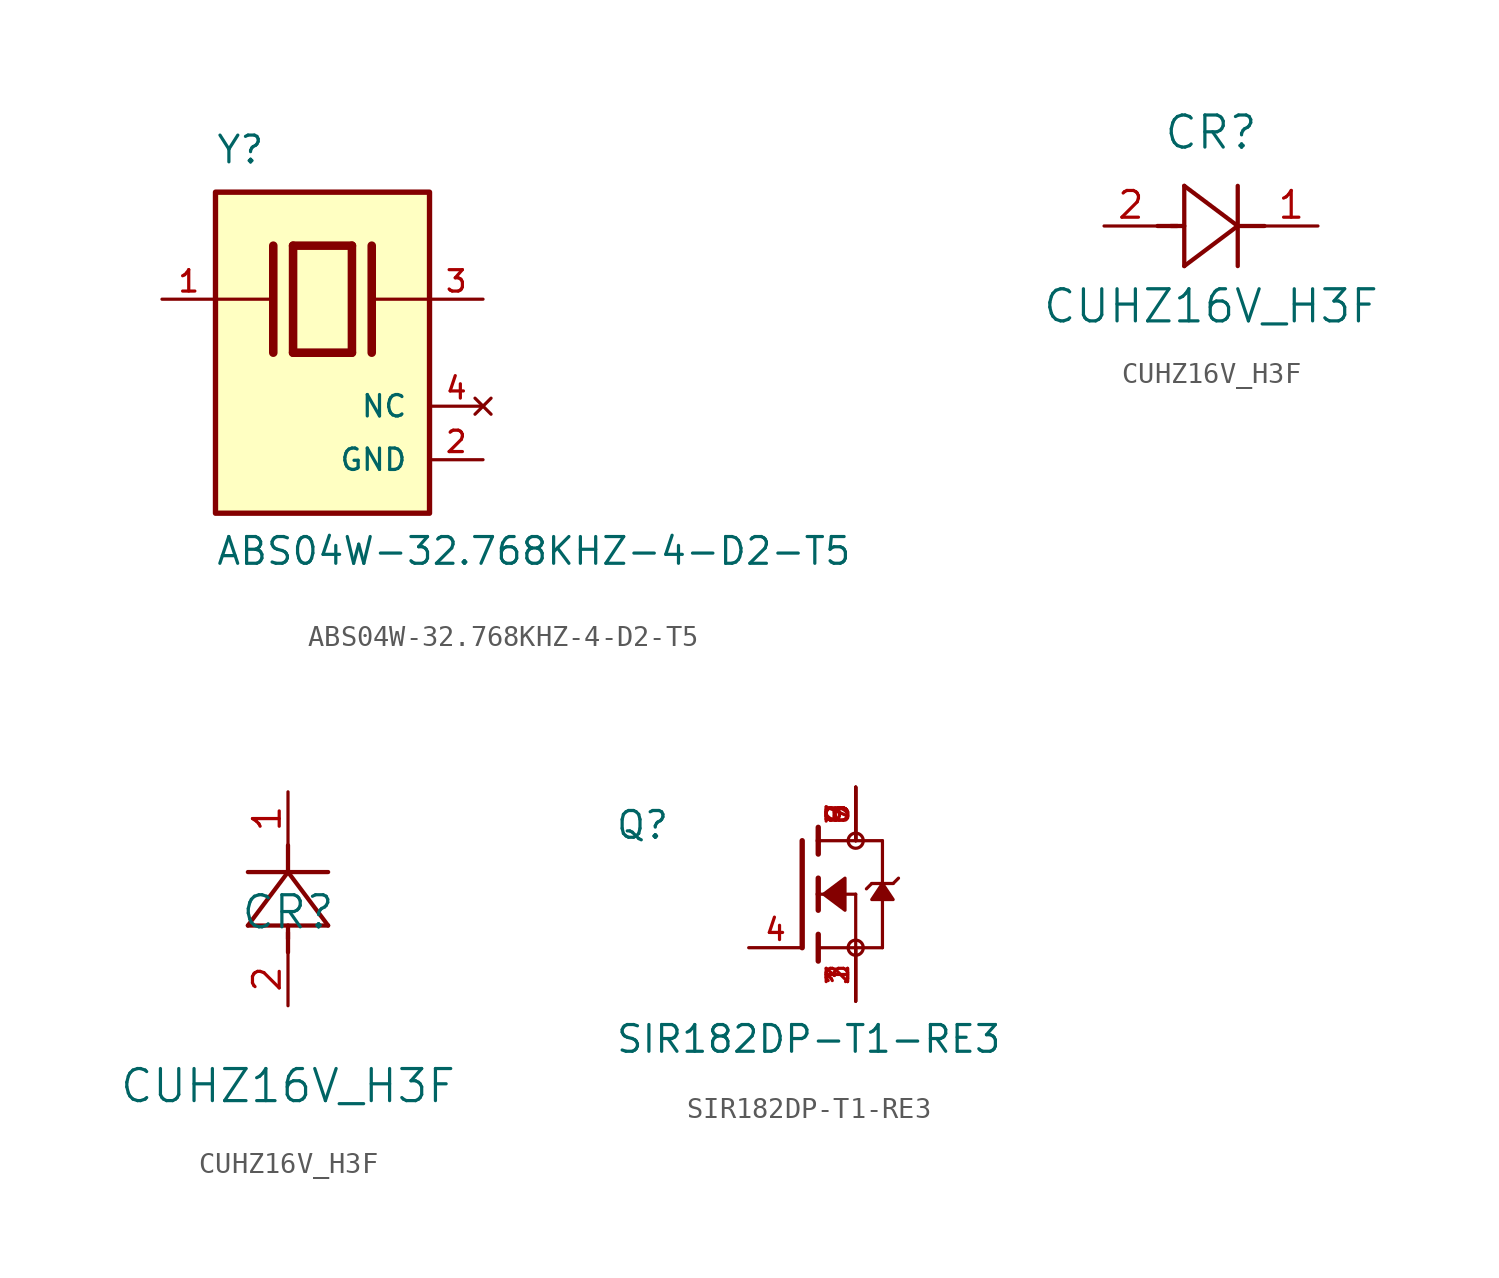
<source format=kicad_sym>
(kicad_symbol_lib
  (version 20241209)
  (generator "kicad_symbol_editor")
  (generator_version "9.0")
  (symbol "ABS04W-32.768KHZ-4-D2-T5"
    (pin_names
      (offset 1.016))
    (property "Reference" "Y"
      (at -5.088 8.896 0)
      (effects (font (size 1.27 1.27)) (justify left bottom)))
    (property "Value" "ABS04W-32.768KHZ-4-D2-T5"
      (at -5.094 -10.16 0)
      (effects (font (size 1.27 1.27)) (justify left bottom)))
    (symbol "ABS04W-32.768KHZ-4-D2-T5_0_0"
      (polyline (pts (xy -5.08 2.54) (xy -2.54 2.54)) (stroke (width 0.152) (type default)) (fill (type none)))
      (rectangle (start -5.08 -7.62) (end 5.08 7.62) (stroke (width 0.254) (type default)) (fill (type background)))
      (polyline (pts (xy -2.337 5.08) (xy -2.337 0)) (stroke (width 0.406) (type default)) (fill (type none)))
      (polyline (pts (xy -1.397 5.08) (xy -1.397 0)) (stroke (width 0.406) (type default)) (fill (type none)))
      (polyline (pts (xy -1.397 5.08) (xy 1.397 5.08)) (stroke (width 0.406) (type default)) (fill (type none)))
      (polyline (pts (xy 1.397 5.08) (xy 1.397 0)) (stroke (width 0.406) (type default)) (fill (type none)))
      (polyline (pts (xy 1.397 0) (xy -1.397 0)) (stroke (width 0.406) (type default)) (fill (type none)))
      (polyline (pts (xy 2.337 5.08) (xy 2.337 0)) (stroke (width 0.406) (type default)) (fill (type none)))
      (polyline (pts (xy 2.54 2.54) (xy 5.08 2.54)) (stroke (width 0.152) (type default)) (fill (type none)))
      (pin passive line (at -7.62 2.54 0) (length 2.54) (name "~" (effects (font (size 1.016 1.016)))) (number "1" (effects (font (size 1.016 1.016)))))
      (pin passive line (at 7.62 2.54 180) (length 2.54) (name "~" (effects (font (size 1.016 1.016)))) (number "3" (effects (font (size 1.016 1.016)))))
      (pin no_connect line (at 7.62 -2.54 180) (length 2.54) (name "NC" (effects (font (size 1.016 1.016)))) (number "4" (effects (font (size 1.016 1.016)))))
      (pin power_in line (at 7.62 -5.08 180) (length 2.54) (name "GND" (effects (font (size 1.016 1.016)))) (number "2" (effects (font (size 1.016 1.016)))))))
  (symbol "CUHZ16V_H3F"
    (pin_names
      (offset 0.254))
    (property "Reference" "CR"
      (at 0 4.445 0)
      (effects (font (size 1.524 1.524))))
    (property "Value" "CUHZ16V_H3F"
      (at 0 -3.81 0)
      (effects (font (size 1.524 1.524))))
    (property "ki_locked" ""
      (at 0 0 0)
      (effects (font (size 1.27 1.27))))
    (symbol "CUHZ16V_H3F_1_1"
      (polyline (pts (xy -2.54 0) (xy -1.6 0)) (stroke (width 0.203) (type default)) (fill (type none)))
      (polyline (pts (xy -1.905 0) (xy -1.27 0)) (stroke (width 0.203) (type default)) (fill (type none)))
      (polyline (pts (xy -1.27 1.905) (xy -1.27 -1.905)) (stroke (width 0.203) (type default)) (fill (type none)))
      (polyline (pts (xy -1.27 -1.905) (xy 1.27 0)) (stroke (width 0.203) (type default)) (fill (type none)))
      (polyline (pts (xy 1.27 0) (xy -1.27 1.905)) (stroke (width 0.203) (type default)) (fill (type none)))
      (polyline (pts (xy 1.27 0) (xy 2.54 0)) (stroke (width 0.203) (type default)) (fill (type none)))
      (polyline (pts (xy 1.27 -1.905) (xy 1.27 1.905)) (stroke (width 0.203) (type default)) (fill (type none)))
      (pin unspecified line (at -5.08 0 0) (length 2.54) (name "" (effects (font (size 1.27 1.27)))) (number "2" (effects (font (size 1.27 1.27)))))
      (pin unspecified line (at 5.08 0 180) (length 2.54) (name "" (effects (font (size 1.27 1.27)))) (number "1" (effects (font (size 1.27 1.27))))))
    (symbol "CUHZ16V_H3F_1_2"
      (polyline (pts (xy -1.905 3.81) (xy 1.905 3.81)) (stroke (width 0.203) (type default)) (fill (type none)))
      (polyline (pts (xy 0 6.35) (xy -1.905 3.81)) (stroke (width 0.203) (type default)) (fill (type none)))
      (polyline (pts (xy 0 6.35) (xy 0 7.62)) (stroke (width 0.203) (type default)) (fill (type none)))
      (polyline (pts (xy 0 3.175) (xy 0 3.81)) (stroke (width 0.203) (type default)) (fill (type none)))
      (polyline (pts (xy 0 2.54) (xy 0 3.48)) (stroke (width 0.203) (type default)) (fill (type none)))
      (polyline (pts (xy 1.905 6.35) (xy -1.905 6.35)) (stroke (width 0.203) (type default)) (fill (type none)))
      (polyline (pts (xy 1.905 3.81) (xy 0 6.35)) (stroke (width 0.203) (type default)) (fill (type none)))
      (pin unspecified line (at 0 10.16 270) (length 2.54) (name "" (effects (font (size 1.27 1.27)))) (number "1" (effects (font (size 1.27 1.27)))))
      (pin unspecified line (at 0 0 90) (length 2.54) (name "" (effects (font (size 1.27 1.27)))) (number "2" (effects (font (size 1.27 1.27)))))))
  (symbol "SIR182DP-T1-RE3"
    (pin_names
      (offset 1.016))
    (property "Reference" "Q"
      (at -10.16 2.54 0)
      (effects (font (size 1.27 1.27)) (justify left bottom)))
    (property "Value" "SIR182DP-T1-RE3"
      (at -10.16 -7.62 0)
      (effects (font (size 1.27 1.27)) (justify left bottom)))
    (symbol "SIR182DP-T1-RE3_0_0"
      (polyline (pts (xy -1.27 2.54) (xy -1.27 -2.54)) (stroke (width 0.254) (type default)) (fill (type none)))
      (polyline (pts (xy -0.508 3.175) (xy -0.508 2.54)) (stroke (width 0.254) (type default)) (fill (type none)))
      (polyline (pts (xy -0.508 2.54) (xy -0.508 1.905)) (stroke (width 0.254) (type default)) (fill (type none)))
      (polyline (pts (xy -0.508 2.54) (xy 2.54 2.54)) (stroke (width 0.152) (type default)) (fill (type none)))
      (polyline (pts (xy -0.508 0.762) (xy -0.508 0)) (stroke (width 0.254) (type default)) (fill (type none)))
      (polyline (pts (xy -0.508 0) (xy -0.508 -0.762)) (stroke (width 0.254) (type default)) (fill (type none)))
      (polyline (pts (xy -0.508 0) (xy 1.27 0)) (stroke (width 0.152) (type default)) (fill (type none)))
      (polyline (pts (xy -0.508 -1.905) (xy -0.508 -3.175)) (stroke (width 0.254) (type default)) (fill (type none)))
      (polyline (pts (xy -0.254 0) (xy 0.762 0.762) (xy 0.762 -0.762) (xy -0.254 0)) (stroke (width 0.152) (type default)) (fill (type outline)))
      (circle (center 1.27 2.54) (radius 0.359) (stroke (width 0) (type default)) (fill (type none)))
      (polyline (pts (xy 1.27 0) (xy 1.27 -2.54)) (stroke (width 0.152) (type default)) (fill (type none)))
      (circle (center 1.27 -2.54) (radius 0.359) (stroke (width 0) (type default)) (fill (type none)))
      (polyline (pts (xy 2.032 0.508) (xy 1.778 0.254)) (stroke (width 0.152) (type default)) (fill (type none)))
      (polyline (pts (xy 2.54 2.54) (xy 2.54 0.508)) (stroke (width 0.152) (type default)) (fill (type none)))
      (polyline (pts (xy 2.54 0.508) (xy 2.032 0.508)) (stroke (width 0.152) (type default)) (fill (type none)))
      (polyline (pts (xy 2.54 0.508) (xy 2.54 -2.54)) (stroke (width 0.152) (type default)) (fill (type none)))
      (polyline (pts (xy 2.54 0.508) (xy 2.032 -0.254) (xy 3.048 -0.254) (xy 2.54 0.508)) (stroke (width 0.152) (type default)) (fill (type outline)))
      (polyline (pts (xy 2.54 -2.54) (xy -0.508 -2.54)) (stroke (width 0.152) (type default)) (fill (type none)))
      (polyline (pts (xy 3.048 0.508) (xy 2.54 0.508)) (stroke (width 0.152) (type default)) (fill (type none)))
      (polyline (pts (xy 3.302 0.762) (xy 3.048 0.508)) (stroke (width 0.152) (type default)) (fill (type none)))
      (pin passive line (at -3.81 -2.54 0) (length 2.54) (name "~" (effects (font (size 1.016 1.016)))) (number "4" (effects (font (size 1.016 1.016)))))
      (pin passive line (at 1.27 5.08 270) (length 2.54) (name "~" (effects (font (size 1.016 1.016)))) (number "5" (effects (font (size 1.016 1.016)))))
      (pin passive line (at 1.27 5.08 270) (length 2.54) (name "~" (effects (font (size 1.016 1.016)))) (number "6" (effects (font (size 1.016 1.016)))))
      (pin passive line (at 1.27 5.08 270) (length 2.54) (name "~" (effects (font (size 1.016 1.016)))) (number "7" (effects (font (size 1.016 1.016)))))
      (pin passive line (at 1.27 5.08 270) (length 2.54) (name "~" (effects (font (size 1.016 1.016)))) (number "8" (effects (font (size 1.016 1.016)))))
      (pin passive line (at 1.27 5.08 270) (length 2.54) (name "~" (effects (font (size 1.016 1.016)))) (number "9" (effects (font (size 1.016 1.016)))))
      (pin passive line (at 1.27 -5.08 90) (length 2.54) (name "~" (effects (font (size 1.016 1.016)))) (number "1" (effects (font (size 1.016 1.016)))))
      (pin passive line (at 1.27 -5.08 90) (length 2.54) (name "~" (effects (font (size 1.016 1.016)))) (number "2" (effects (font (size 1.016 1.016)))))
      (pin passive line (at 1.27 -5.08 90) (length 2.54) (name "~" (effects (font (size 1.016 1.016)))) (number "3" (effects (font (size 1.016 1.016))))))))
</source>
